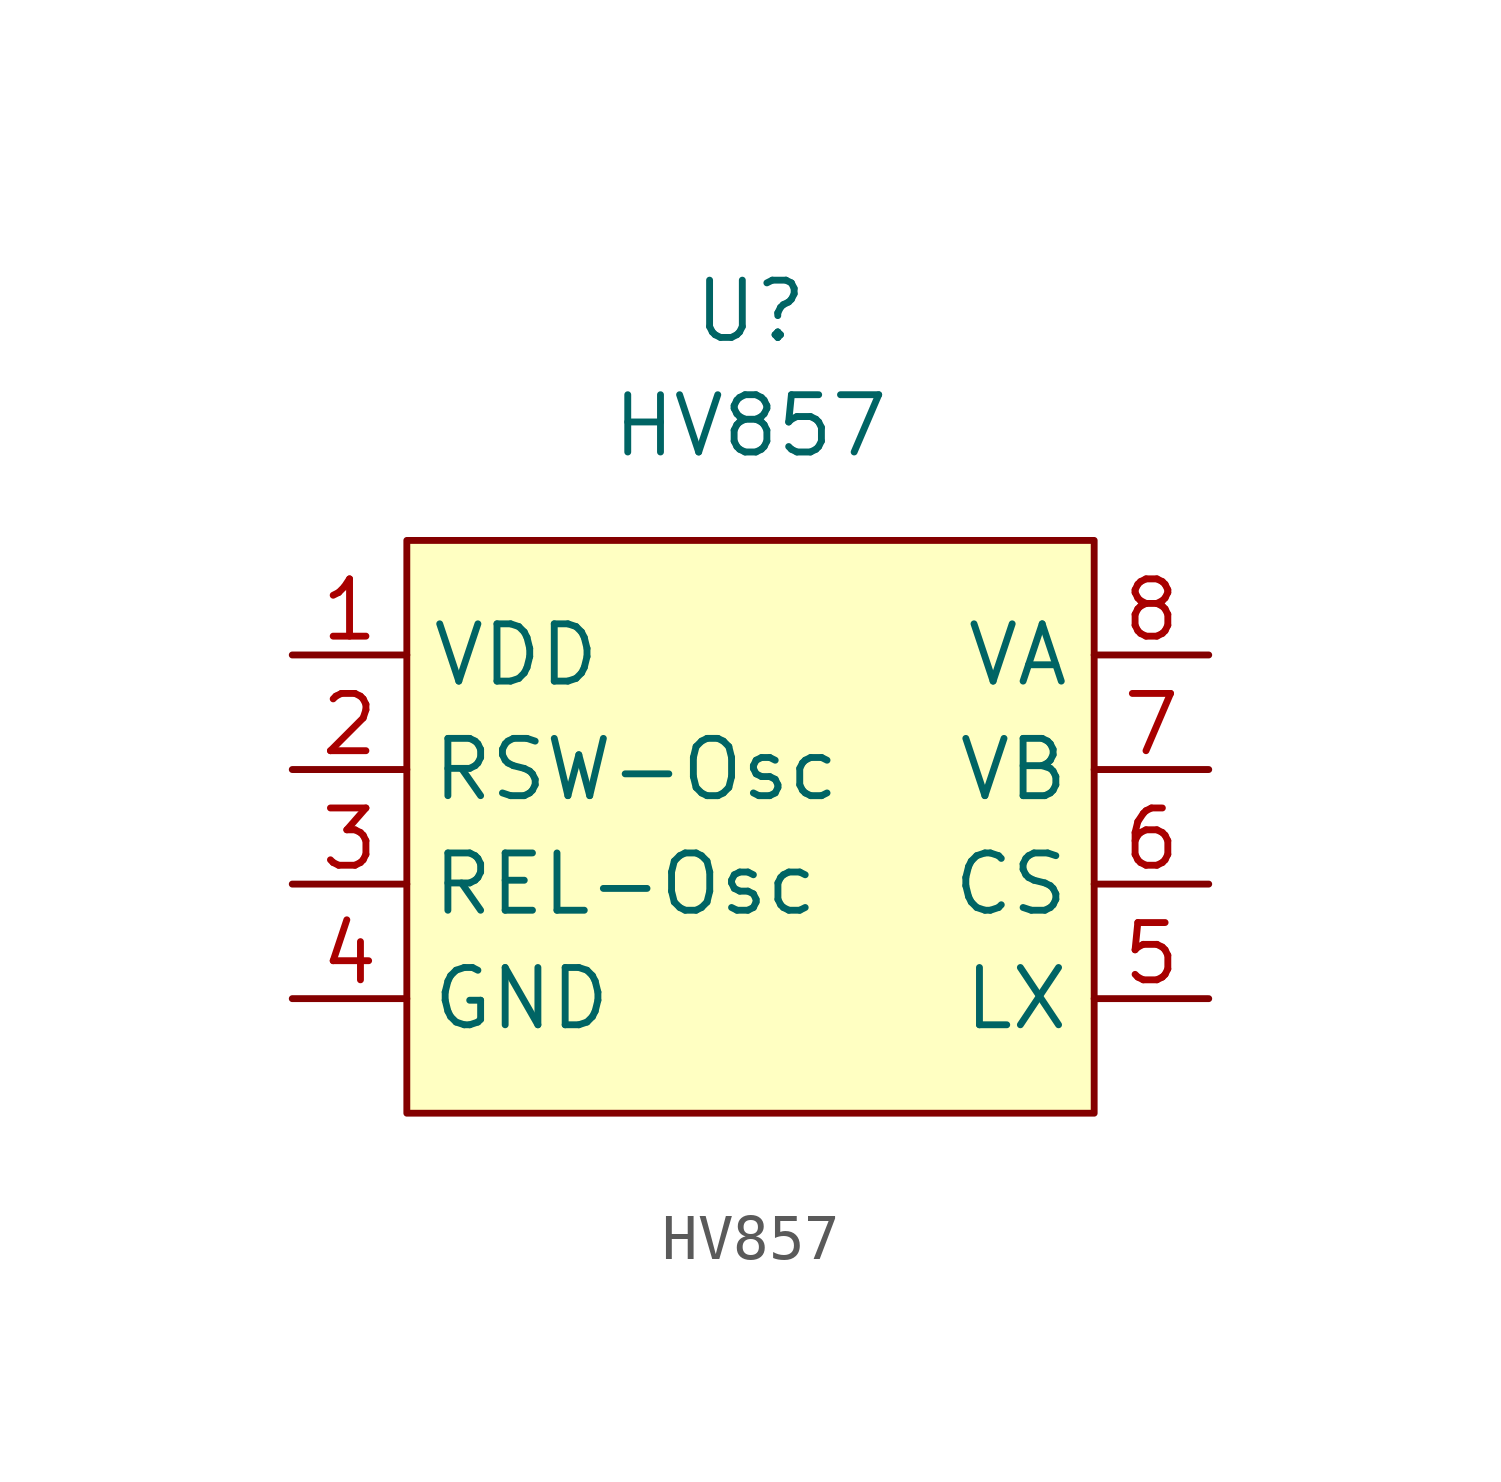
<source format=kicad_sym>
(kicad_symbol_lib
  (version 20211014)
  (generator kicad_symbol_editor)
  (symbol "HV857"
    (property "Reference" "U"
      (at 0 0 0)
      (effects (font (size 1.27 1.27))))
    (property "Value" "HV857"
      (at 0 -2.54 0)
      (effects (font (size 1.27 1.27))))
    (symbol "HV857_0_1"
      (rectangle (start -7.62 -5.08) (end 7.62 -17.78) (stroke (width 0.152) (type default) (color 0 0 0 0)) (fill (type background))))
    (symbol "HV857_1_1"
      (pin input line (at -10.16 -7.62 0) (length 2.54) (name "VDD" (effects (font (size 1.27 1.27)))) (number "1" (effects (font (size 1.27 1.27)))))
      (pin input line (at -10.16 -10.16 0) (length 2.54) (name "RSW-Osc" (effects (font (size 1.27 1.27)))) (number "2" (effects (font (size 1.27 1.27)))))
      (pin input line (at -10.16 -12.7 0) (length 2.54) (name "REL-Osc" (effects (font (size 1.27 1.27)))) (number "3" (effects (font (size 1.27 1.27)))))
      (pin input line (at -10.16 -15.24 0) (length 2.54) (name "GND" (effects (font (size 1.27 1.27)))) (number "4" (effects (font (size 1.27 1.27)))))
      (pin input line (at 10.16 -15.24 180) (length 2.54) (name "LX" (effects (font (size 1.27 1.27)))) (number "5" (effects (font (size 1.27 1.27)))))
      (pin input line (at 10.16 -12.7 180) (length 2.54) (name "CS" (effects (font (size 1.27 1.27)))) (number "6" (effects (font (size 1.27 1.27)))))
      (pin input line (at 10.16 -10.16 180) (length 2.54) (name "VB" (effects (font (size 1.27 1.27)))) (number "7" (effects (font (size 1.27 1.27)))))
      (pin input line (at 10.16 -7.62 180) (length 2.54) (name "VA" (effects (font (size 1.27 1.27)))) (number "8" (effects (font (size 1.27 1.27))))))))
</source>
